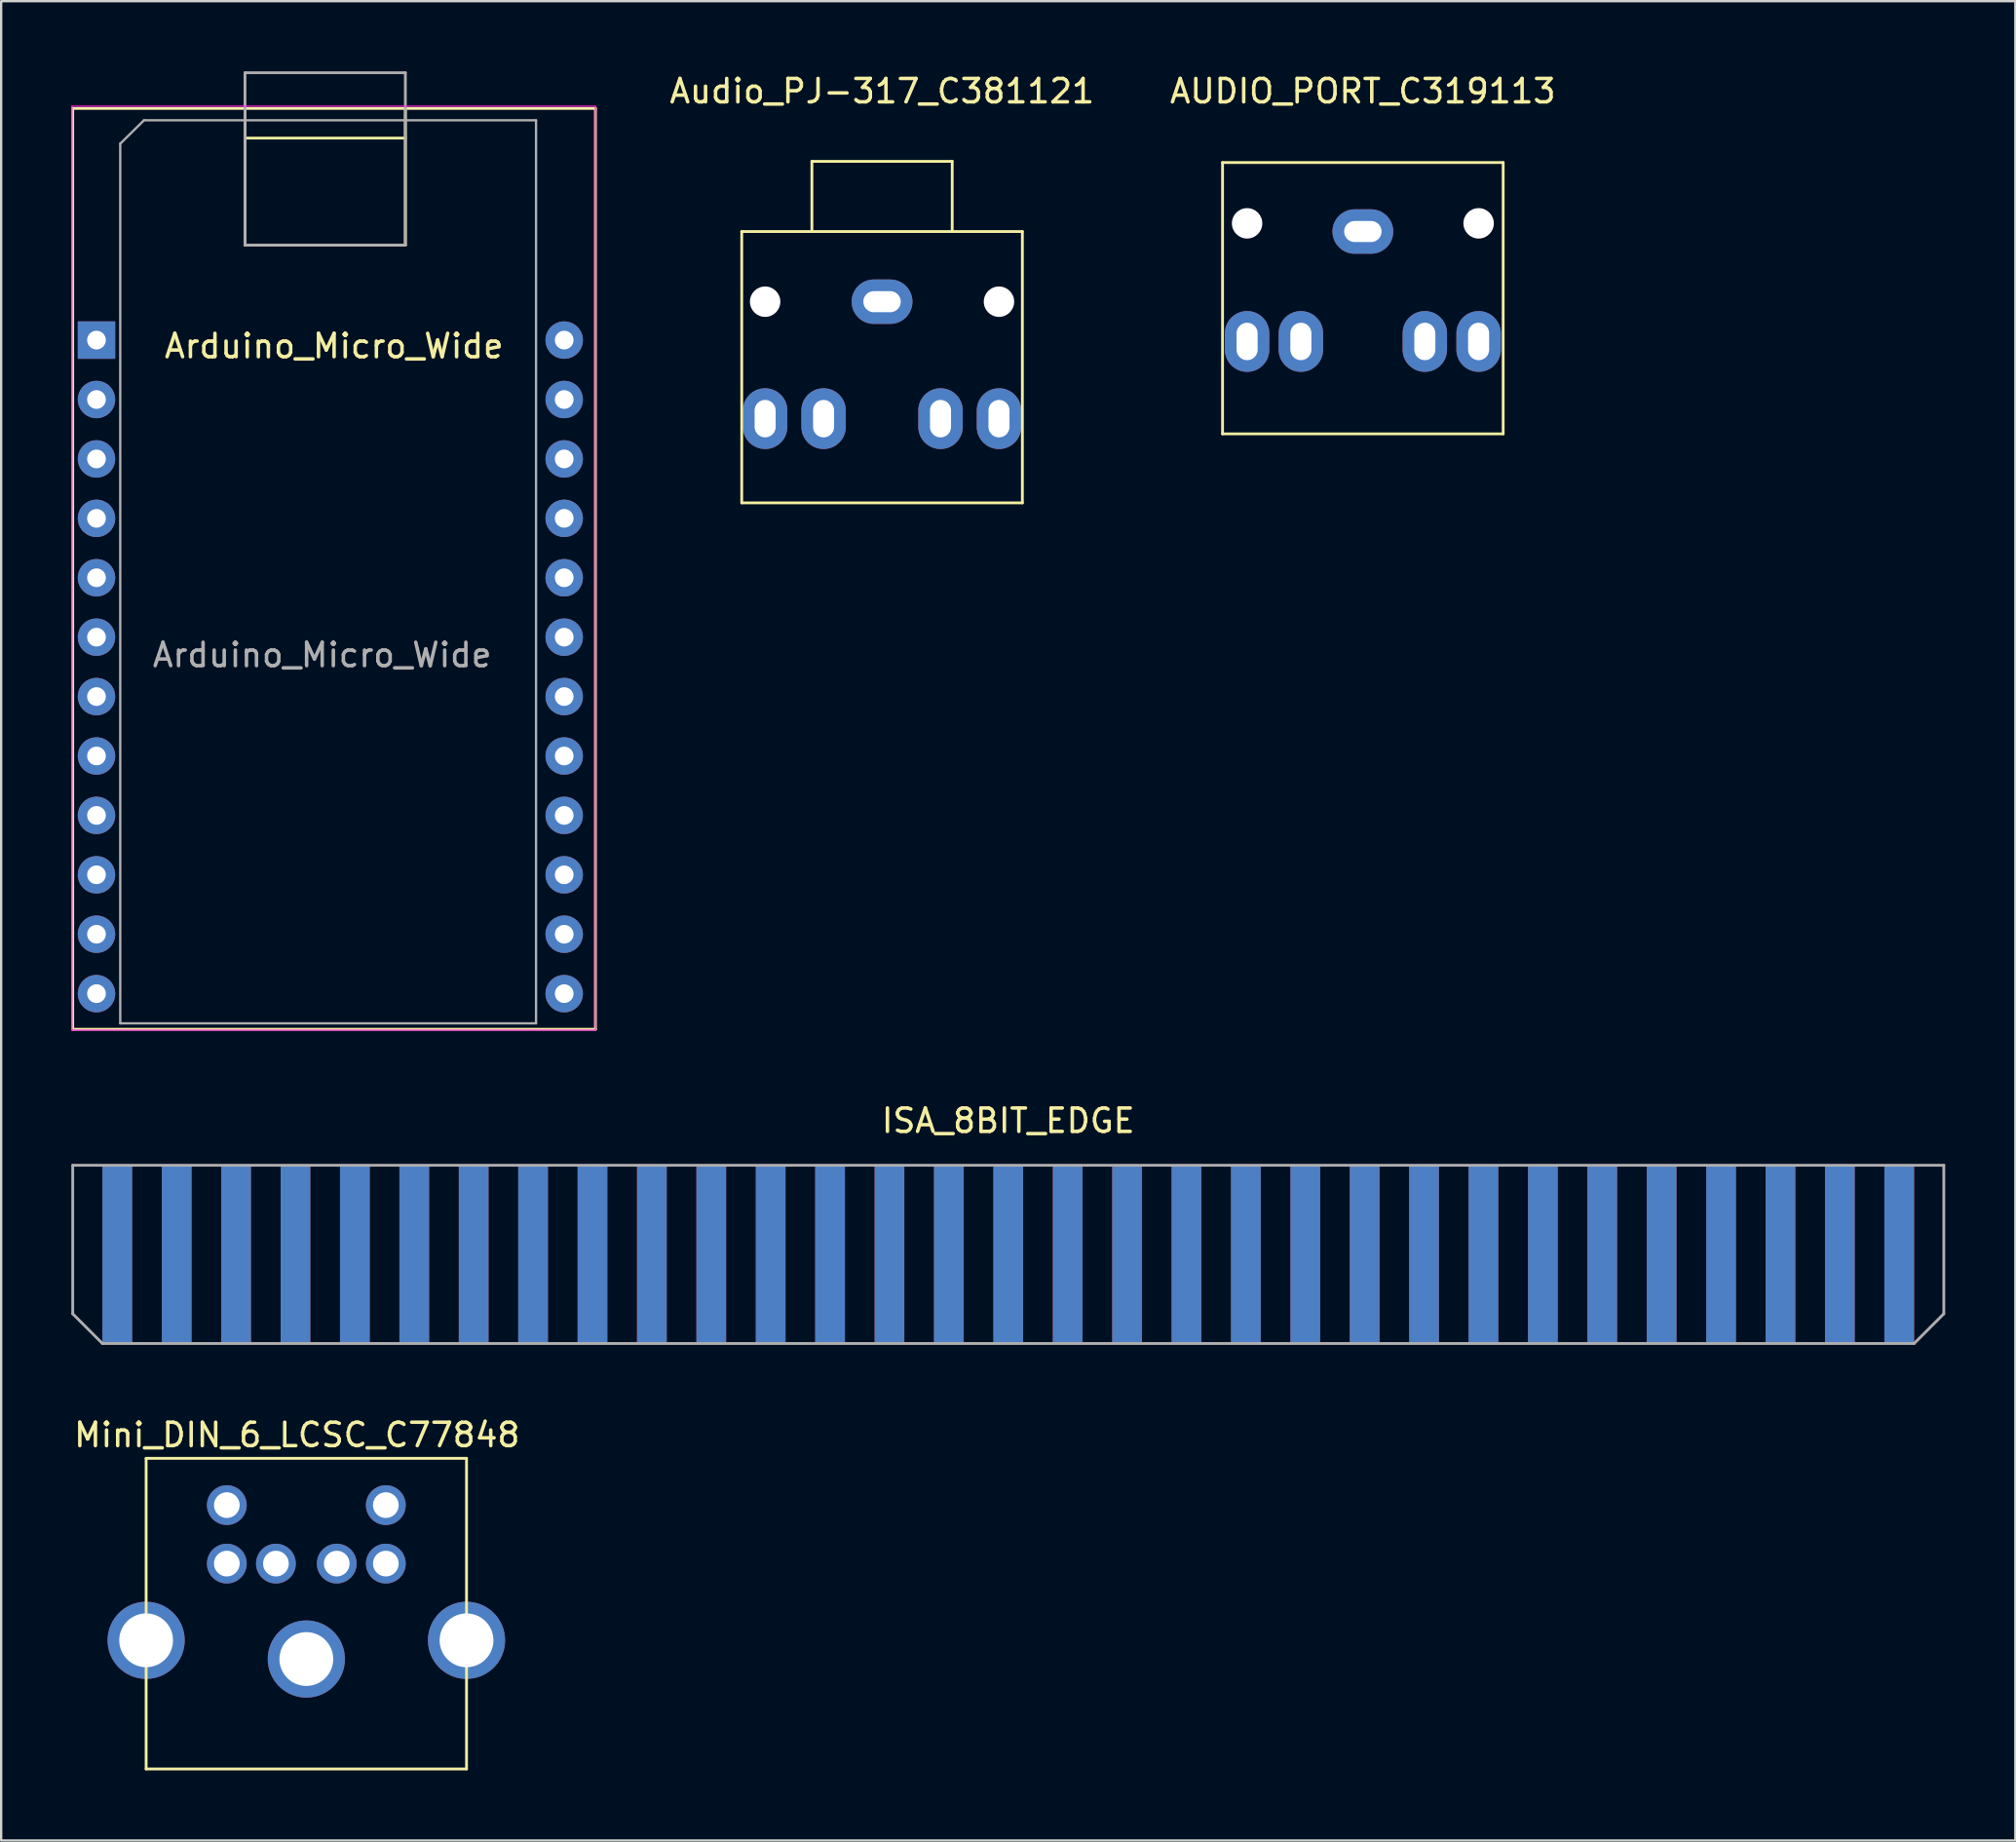
<source format=kicad_pcb>
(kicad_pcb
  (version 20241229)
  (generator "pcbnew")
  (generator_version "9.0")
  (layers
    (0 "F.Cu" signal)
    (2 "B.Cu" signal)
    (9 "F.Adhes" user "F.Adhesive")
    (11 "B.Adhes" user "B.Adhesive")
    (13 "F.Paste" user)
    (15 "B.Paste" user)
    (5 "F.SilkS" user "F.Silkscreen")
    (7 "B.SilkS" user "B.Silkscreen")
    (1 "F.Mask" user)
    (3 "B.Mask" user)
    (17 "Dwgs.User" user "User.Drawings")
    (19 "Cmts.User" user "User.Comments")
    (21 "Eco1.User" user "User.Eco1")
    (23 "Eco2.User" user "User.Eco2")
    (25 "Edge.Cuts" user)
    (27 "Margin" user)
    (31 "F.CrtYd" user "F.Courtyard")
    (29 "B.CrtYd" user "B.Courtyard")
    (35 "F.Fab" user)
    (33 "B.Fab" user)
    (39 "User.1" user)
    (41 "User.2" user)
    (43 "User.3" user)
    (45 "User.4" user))
  (footprint "Arduino_Micro_Wide"
    (layer "F.Cu")
    (at 1.076 11.49)
    (property "Reference" "Arduino_Micro_Wide" (at 10.16 0.254 0) (layer "F.SilkS") (effects (font (size 1 1) (thickness 0.15))))
    (attr through_hole)
    (fp_line (start -1.016 -9.906) (end -1.016 29.464) (stroke (width 0.12) (type solid)) (layer "F.SilkS"))
    (fp_line (start -1.016 29.464) (end 21.336 29.464) (stroke (width 0.12) (type solid)) (layer "F.SilkS"))
    (fp_line (start 6.35 -9.906) (end 6.35 -4.064) (stroke (width 0.12) (type solid)) (layer "F.SilkS"))
    (fp_line (start 6.35 -8.636) (end 13.208 -8.636) (stroke (width 0.12) (type solid)) (layer "F.SilkS"))
    (fp_line (start 6.35 -4.064) (end 13.208 -4.064) (stroke (width 0.12) (type solid)) (layer "F.SilkS"))
    (fp_line (start 13.208 -4.064) (end 13.208 -9.906) (stroke (width 0.12) (type solid)) (layer "F.SilkS"))
    (fp_line (start 21.336 -9.906) (end -1.016 -9.906) (stroke (width 0.12) (type solid)) (layer "F.SilkS"))
    (fp_line (start 21.336 29.464) (end 21.336 -9.906) (stroke (width 0.12) (type solid)) (layer "F.SilkS"))
    (fp_line (start -1.05 -10) (end -1.05 29.5) (stroke (width 0.05) (type solid)) (layer "F.CrtYd"))
    (fp_line (start -1.05 29.5) (end 21.336 29.5) (stroke (width 0.05) (type solid)) (layer "F.CrtYd"))
    (fp_line (start 21.336 -10) (end -1.05 -10) (stroke (width 0.05) (type solid)) (layer "F.CrtYd"))
    (fp_line (start 21.336 29.5) (end 21.336 -10) (stroke (width 0.05) (type solid)) (layer "F.CrtYd"))
    (fp_line (start 1.016 -8.398) (end 2.032 -9.398) (stroke (width 0.1) (type solid)) (layer "F.Fab"))
    (fp_line (start 1.016 29.21) (end 1.016 -8.398) (stroke (width 0.1) (type solid)) (layer "F.Fab"))
    (fp_line (start 2.032 -9.398) (end 18.796 -9.398) (stroke (width 0.1) (type solid)) (layer "F.Fab"))
    (fp_line (start 6.35 -11.43) (end 6.35 -4.064) (stroke (width 0.12) (type solid)) (layer "F.Fab"))
    (fp_line (start 6.35 -4.064) (end 13.208 -4.064) (stroke (width 0.12) (type solid)) (layer "F.Fab"))
    (fp_line (start 13.208 -11.43) (end 6.35 -11.43) (stroke (width 0.12) (type solid)) (layer "F.Fab"))
    (fp_line (start 13.208 -4.064) (end 13.208 -11.43) (stroke (width 0.12) (type solid)) (layer "F.Fab"))
    (fp_line (start 18.796 -9.398) (end 18.796 29.21) (stroke (width 0.1) (type solid)) (layer "F.Fab"))
    (fp_line (start 18.796 29.21) (end 1.016 29.21) (stroke (width 0.1) (type solid)) (layer "F.Fab"))
    (fp_text user "${REFERENCE}" (at 9.652 13.462 0) (layer "F.Fab") (effects (font (size 1 1) (thickness 0.15))))
    (pad "1" thru_hole rect (at 0 0) (size 1.6 1.6) (drill 0.8) (layers "*.Cu" "*.Mask"))
    (pad "2" thru_hole oval (at 0 2.54) (size 1.6 1.6) (drill 0.8) (layers "*.Cu" "*.Mask"))
    (pad "3" thru_hole oval (at 0 5.08) (size 1.6 1.6) (drill 0.8) (layers "*.Cu" "*.Mask"))
    (pad "4" thru_hole oval (at 0 7.62) (size 1.6 1.6) (drill 0.8) (layers "*.Cu" "*.Mask"))
    (pad "5" thru_hole oval (at 0 10.16) (size 1.6 1.6) (drill 0.8) (layers "*.Cu" "*.Mask"))
    (pad "6" thru_hole oval (at 0 12.7) (size 1.6 1.6) (drill 0.8) (layers "*.Cu" "*.Mask"))
    (pad "7" thru_hole oval (at 0 15.24) (size 1.6 1.6) (drill 0.8) (layers "*.Cu" "*.Mask"))
    (pad "8" thru_hole oval (at 0 17.78) (size 1.6 1.6) (drill 0.8) (layers "*.Cu" "*.Mask"))
    (pad "9" thru_hole oval (at 0 20.32) (size 1.6 1.6) (drill 0.8) (layers "*.Cu" "*.Mask"))
    (pad "10" thru_hole oval (at 0 22.86) (size 1.6 1.6) (drill 0.8) (layers "*.Cu" "*.Mask"))
    (pad "11" thru_hole oval (at 0 25.4) (size 1.6 1.6) (drill 0.8) (layers "*.Cu" "*.Mask"))
    (pad "12" thru_hole oval (at 0 27.94) (size 1.6 1.6) (drill 0.8) (layers "*.Cu" "*.Mask"))
    (pad "13" thru_hole oval (at 20 27.94) (size 1.6 1.6) (drill 0.8) (layers "*.Cu" "*.Mask"))
    (pad "14" thru_hole oval (at 20 25.4) (size 1.6 1.6) (drill 0.8) (layers "*.Cu" "*.Mask"))
    (pad "15" thru_hole oval (at 20 22.86) (size 1.6 1.6) (drill 0.8) (layers "*.Cu" "*.Mask"))
    (pad "16" thru_hole oval (at 20 20.32) (size 1.6 1.6) (drill 0.8) (layers "*.Cu" "*.Mask"))
    (pad "17" thru_hole oval (at 20 17.78) (size 1.6 1.6) (drill 0.8) (layers "*.Cu" "*.Mask"))
    (pad "18" thru_hole oval (at 20 15.24) (size 1.6 1.6) (drill 0.8) (layers "*.Cu" "*.Mask"))
    (pad "19" thru_hole oval (at 20 12.7) (size 1.6 1.6) (drill 0.8) (layers "*.Cu" "*.Mask"))
    (pad "20" thru_hole oval (at 20 10.16) (size 1.6 1.6) (drill 0.8) (layers "*.Cu" "*.Mask"))
    (pad "21" thru_hole oval (at 20 7.62) (size 1.6 1.6) (drill 0.8) (layers "*.Cu" "*.Mask"))
    (pad "22" thru_hole oval (at 20 5.08) (size 1.6 1.6) (drill 0.8) (layers "*.Cu" "*.Mask"))
    (pad "23" thru_hole oval (at 20 2.54) (size 1.6 1.6) (drill 0.8) (layers "*.Cu" "*.Mask"))
    (pad "24" thru_hole oval (at 20 0) (size 1.6 1.6) (drill 0.8) (layers "*.Cu" "*.Mask")))
  (footprint "Mini_DIN_6_LCSC_C77848"
    (layer "F.Cu")
    (at 6.649 61.297)
    (property "Reference" "Mini_DIN_6_LCSC_C77848" (at 3 -3 0) (layer "F.SilkS") (effects (font (size 1 1) (thickness 0.15))))
    (attr through_hole)
    (fp_line (start -3.45 -2) (end -3.45 11.28) (stroke (width 0.12) (type solid)) (layer "F.SilkS"))
    (fp_line (start -3.45 -2) (end 10.25 -2) (stroke (width 0.12) (type solid)) (layer "F.SilkS"))
    (fp_line (start 10.25 -2) (end 10.25 11.28) (stroke (width 0.12) (type solid)) (layer "F.SilkS"))
    (fp_line (start 10.25 11.28) (end -3.45 11.28) (stroke (width 0.12) (type solid)) (layer "F.SilkS"))
    (pad "1" thru_hole circle (at 4.7 2.5) (size 1.7 1.7) (drill 1.1) (layers "*.Cu" "*.Mask"))
    (pad "2" thru_hole circle (at 2.1 2.5) (size 1.7 1.7) (drill 1.1) (layers "*.Cu" "*.Mask"))
    (pad "3" thru_hole circle (at 6.8 2.5) (size 1.7 1.7) (drill 1.1) (layers "*.Cu" "*.Mask"))
    (pad "4" thru_hole circle (at 0 2.5) (size 1.7 1.7) (drill 1.1) (layers "*.Cu" "*.Mask"))
    (pad "5" thru_hole circle (at 6.8 0) (size 1.7 1.7) (drill 1.1) (layers "*.Cu" "*.Mask"))
    (pad "6" thru_hole circle (at 0 0) (size 1.7 1.7) (drill 1.1) (layers "*.Cu" "*.Mask"))
    (pad "7" thru_hole circle (at -3.45 5.78) (size 3.3 3.3) (drill 2.3) (layers "*.Cu" "*.Mask"))
    (pad "7" thru_hole circle (at 3.4 6.58) (size 3.3 3.3) (drill 2.3) (layers "*.Cu" "*.Mask"))
    (pad "7" thru_hole circle (at 10.25 5.78) (size 3.3 3.3) (drill 2.3) (layers "*.Cu" "*.Mask")))
  (footprint "ISA_8BIT_EDGE"
    (layer "F.Cu")
    (at 78.165 46.768)
    (property "Reference" "ISA_8BIT_EDGE" (at -38.1 -1.905 0) (layer "F.SilkS") (effects (font (size 1 1) (thickness 0.15))))
    (attr through_hole)
    (fp_line (start -78.105 0) (end -78.105 6.35) (stroke (width 0.12) (type solid)) (layer "F.Fab"))
    (fp_line (start -78.105 6.35) (end -76.835 7.62) (stroke (width 0.12) (type solid)) (layer "F.Fab"))
    (fp_line (start -76.835 7.62) (end 0.635 7.62) (stroke (width 0.12) (type solid)) (layer "F.Fab"))
    (fp_line (start 0.635 7.62) (end 1.905 6.35) (stroke (width 0.12) (type solid)) (layer "F.Fab"))
    (fp_line (start 1.905 0) (end -78.105 0) (stroke (width 0.12) (type solid)) (layer "F.Fab"))
    (fp_line (start 1.905 6.35) (end 1.905 0) (stroke (width 0.12) (type solid)) (layer "F.Fab"))
    (pad "1" connect rect (at 0 3.81) (size 1.27 7.62) (layers "B.Cu" "B.Mask"))
    (pad "2" connect rect (at -2.54 3.81) (size 1.27 7.62) (layers "B.Cu" "B.Mask"))
    (pad "3" connect rect (at -5.08 3.81) (size 1.27 7.62) (layers "B.Cu" "B.Mask"))
    (pad "4" connect rect (at -7.62 3.81) (size 1.27 7.62) (layers "B.Cu" "B.Mask"))
    (pad "5" connect rect (at -10.16 3.81) (size 1.27 7.62) (layers "B.Cu" "B.Mask"))
    (pad "6" connect rect (at -12.7 3.81) (size 1.27 7.62) (layers "B.Cu" "B.Mask"))
    (pad "7" connect rect (at -15.24 3.81) (size 1.27 7.62) (layers "B.Cu" "B.Mask"))
    (pad "8" connect rect (at -17.78 3.81) (size 1.27 7.62) (layers "B.Cu" "B.Mask"))
    (pad "9" connect rect (at -20.32 3.81) (size 1.27 7.62) (layers "B.Cu" "B.Mask"))
    (pad "10" connect rect (at -22.86 3.81) (size 1.27 7.62) (layers "B.Cu" "B.Mask"))
    (pad "11" connect rect (at -25.4 3.81) (size 1.27 7.62) (layers "B.Cu" "B.Mask"))
    (pad "12" connect rect (at -27.94 3.81) (size 1.27 7.62) (layers "B.Cu" "B.Mask"))
    (pad "13" connect rect (at -30.48 3.81) (size 1.27 7.62) (layers "B.Cu" "B.Mask"))
    (pad "14" connect rect (at -33.02 3.81) (size 1.27 7.62) (layers "B.Cu" "B.Mask"))
    (pad "15" connect rect (at -35.56 3.81) (size 1.27 7.62) (layers "B.Cu" "B.Mask"))
    (pad "16" connect rect (at -38.1 3.81) (size 1.27 7.62) (layers "B.Cu" "B.Mask"))
    (pad "17" connect rect (at -40.64 3.81) (size 1.27 7.62) (layers "B.Cu" "B.Mask"))
    (pad "18" connect rect (at -43.18 3.81) (size 1.27 7.62) (layers "B.Cu" "B.Mask"))
    (pad "19" connect rect (at -45.72 3.81) (size 1.27 7.62) (layers "B.Cu" "B.Mask"))
    (pad "20" connect rect (at -48.26 3.81) (size 1.27 7.62) (layers "B.Cu" "B.Mask"))
    (pad "21" connect rect (at -50.8 3.81) (size 1.27 7.62) (layers "B.Cu" "B.Mask"))
    (pad "22" connect rect (at -53.34 3.81) (size 1.27 7.62) (layers "B.Cu" "B.Mask"))
    (pad "23" connect rect (at -55.88 3.81) (size 1.27 7.62) (layers "B.Cu" "B.Mask"))
    (pad "24" connect rect (at -58.42 3.81) (size 1.27 7.62) (layers "B.Cu" "B.Mask"))
    (pad "25" connect rect (at -60.96 3.81) (size 1.27 7.62) (layers "B.Cu" "B.Mask"))
    (pad "26" connect rect (at -63.5 3.81) (size 1.27 7.62) (layers "B.Cu" "B.Mask"))
    (pad "27" connect rect (at -66.04 3.81) (size 1.27 7.62) (layers "B.Cu" "B.Mask"))
    (pad "28" connect rect (at -68.58 3.81) (size 1.27 7.62) (layers "B.Cu" "B.Mask"))
    (pad "29" connect rect (at -71.12 3.81) (size 1.27 7.62) (layers "B.Cu" "B.Mask"))
    (pad "30" connect rect (at -73.66 3.81) (size 1.27 7.62) (layers "B.Cu" "B.Mask"))
    (pad "31" connect rect (at -76.2 3.81) (size 1.27 7.62) (layers "B.Cu" "B.Mask"))
    (pad "32" connect rect (at 0 3.81) (size 1.27 7.62) (layers "F.Cu" "F.Mask"))
    (pad "33" connect rect (at -2.54 3.81) (size 1.27 7.62) (layers "F.Cu" "F.Mask"))
    (pad "34" connect rect (at -5.08 3.81) (size 1.27 7.62) (layers "F.Cu" "F.Mask"))
    (pad "35" connect rect (at -7.62 3.81) (size 1.27 7.62) (layers "F.Cu" "F.Mask"))
    (pad "36" connect rect (at -10.16 3.81) (size 1.27 7.62) (layers "F.Cu" "F.Mask"))
    (pad "37" connect rect (at -12.7 3.81) (size 1.27 7.62) (layers "F.Cu" "F.Mask"))
    (pad "38" connect rect (at -15.24 3.81) (size 1.27 7.62) (layers "F.Cu" "F.Mask"))
    (pad "39" connect rect (at -17.78 3.81) (size 1.27 7.62) (layers "F.Cu" "F.Mask"))
    (pad "40" connect rect (at -20.32 3.81) (size 1.27 7.62) (layers "F.Cu" "F.Mask"))
    (pad "41" connect rect (at -22.86 3.81) (size 1.27 7.62) (layers "F.Cu" "F.Mask"))
    (pad "42" connect rect (at -25.4 3.81) (size 1.27 7.62) (layers "F.Cu" "F.Mask"))
    (pad "43" connect rect (at -27.94 3.81) (size 1.27 7.62) (layers "F.Cu" "F.Mask"))
    (pad "44" connect rect (at -30.48 3.81) (size 1.27 7.62) (layers "F.Cu" "F.Mask"))
    (pad "45" connect rect (at -33.02 3.81) (size 1.27 7.62) (layers "F.Cu" "F.Mask"))
    (pad "46" connect rect (at -35.56 3.81) (size 1.27 7.62) (layers "F.Cu" "F.Mask"))
    (pad "47" connect rect (at -38.1 3.81) (size 1.27 7.62) (layers "F.Cu" "F.Mask"))
    (pad "48" connect rect (at -40.64 3.81) (size 1.27 7.62) (layers "F.Cu" "F.Mask"))
    (pad "49" connect rect (at -43.18 3.81) (size 1.27 7.62) (layers "F.Cu" "F.Mask"))
    (pad "50" connect rect (at -45.72 3.81) (size 1.27 7.62) (layers "F.Cu" "F.Mask"))
    (pad "51" connect rect (at -48.26 3.81) (size 1.27 7.62) (layers "F.Cu" "F.Mask"))
    (pad "52" connect rect (at -50.8 3.81) (size 1.27 7.62) (layers "F.Cu" "F.Mask"))
    (pad "53" connect rect (at -53.34 3.81) (size 1.27 7.62) (layers "F.Cu" "F.Mask"))
    (pad "54" connect rect (at -55.88 3.81) (size 1.27 7.62) (layers "F.Cu" "F.Mask"))
    (pad "55" connect rect (at -58.42 3.81) (size 1.27 7.62) (layers "F.Cu" "F.Mask"))
    (pad "56" connect rect (at -60.96 3.81) (size 1.27 7.62) (layers "F.Cu" "F.Mask"))
    (pad "57" connect rect (at -63.5 3.81) (size 1.27 7.62) (layers "F.Cu" "F.Mask"))
    (pad "58" connect rect (at -66.04 3.81) (size 1.27 7.62) (layers "F.Cu" "F.Mask"))
    (pad "59" connect rect (at -68.58 3.81) (size 1.27 7.62) (layers "F.Cu" "F.Mask"))
    (pad "60" connect rect (at -71.12 3.81) (size 1.27 7.62) (layers "F.Cu" "F.Mask"))
    (pad "61" connect rect (at -73.66 3.81) (size 1.27 7.62) (layers "F.Cu" "F.Mask"))
    (pad "62" connect rect (at -76.2 3.81) (size 1.27 7.62) (layers "F.Cu" "F.Mask")))
  (footprint "Audio_PJ-317_C381121"
    (layer "F.Cu")
    (at 34.668 6.848)
    (property "Reference" "Audio_PJ-317_C381121" (at 0 -6 0) (layer "F.SilkS") (effects (font (size 1 1) (thickness 0.15))))
    (attr through_hole)
    (fp_line (start -6 0) (end -6 11.6) (stroke (width 0.12) (type solid)) (layer "F.SilkS"))
    (fp_line (start -6 0) (end 6 0) (stroke (width 0.12) (type solid)) (layer "F.SilkS"))
    (fp_line (start -6 11.6) (end 6 11.6) (stroke (width 0.12) (type solid)) (layer "F.SilkS"))
    (fp_line (start -3 -3) (end 3 -3) (stroke (width 0.12) (type solid)) (layer "F.SilkS"))
    (fp_line (start -3 0) (end -3 -3) (stroke (width 0.12) (type solid)) (layer "F.SilkS"))
    (fp_line (start 3 -3) (end 3 0) (stroke (width 0.12) (type solid)) (layer "F.SilkS"))
    (fp_line (start 6 0) (end 6 11.6) (stroke (width 0.12) (type solid)) (layer "F.SilkS"))
    (pad "" np_thru_hole circle (at -5 3) (size 1.3 1.3) (drill 1.3) (layers "*.Cu"))
    (pad "" np_thru_hole circle (at 5 3) (size 1.3 1.3) (drill 1.3) (layers "*.Cu"))
    (pad "R" thru_hole oval (at -5 8 90) (size 2.6 1.9) (drill oval 1.6 0.9) (layers "*.Cu" "*.Mask"))
    (pad "RN" thru_hole oval (at -2.5 8 90) (size 2.6 1.9) (drill oval 1.6 0.9) (layers "*.Cu" "*.Mask"))
    (pad "S" thru_hole oval (at 0 3) (size 2.6 1.9) (drill oval 1.6 0.9) (layers "*.Cu" "*.Mask"))
    (pad "T" thru_hole oval (at 5 8 90) (size 2.6 1.9) (drill oval 1.6 0.9) (layers "*.Cu" "*.Mask"))
    (pad "TN" thru_hole oval (at 2.5 8 90) (size 2.6 1.9) (drill oval 1.6 0.9) (layers "*.Cu" "*.Mask")))
  (footprint "AUDIO_PORT_C319113"
    (layer "F.Cu")
    (at 55.228 6.848)
    (property "Reference" "AUDIO_PORT_C319113" (at 0 -6 0) (layer "F.SilkS") (effects (font (size 1 1) (thickness 0.15))))
    (attr through_hole)
    (fp_line (start -6 -2.95) (end -6 8.65) (stroke (width 0.12) (type solid)) (layer "F.SilkS"))
    (fp_line (start -6 -2.95) (end 6 -2.95) (stroke (width 0.12) (type solid)) (layer "F.SilkS"))
    (fp_line (start -6 8.65) (end 6 8.65) (stroke (width 0.12) (type solid)) (layer "F.SilkS"))
    (fp_line (start 6 8.65) (end 6 -2.95) (stroke (width 0.12) (type solid)) (layer "F.SilkS"))
    (pad "" np_thru_hole circle (at -4.95 -0.35) (size 1.3 1.3) (drill 1.3) (layers "*.Cu"))
    (pad "" np_thru_hole circle (at 4.95 -0.35) (size 1.3 1.3) (drill 1.3) (layers "*.Cu"))
    (pad "R" thru_hole oval (at 2.65 4.7 90) (size 2.6 1.9) (drill oval 1.6 0.9) (layers "*.Cu" "*.Mask"))
    (pad "RN" thru_hole oval (at -4.95 4.7 90) (size 2.6 1.9) (drill oval 1.6 0.9) (layers "*.Cu" "*.Mask"))
    (pad "S" thru_hole oval (at 0 0) (size 2.6 1.9) (drill oval 1.6 0.9) (layers "*.Cu" "*.Mask"))
    (pad "T" thru_hole oval (at 4.95 4.7 90) (size 2.6 1.9) (drill oval 1.6 0.9) (layers "*.Cu" "*.Mask"))
    (pad "TN" thru_hole oval (at -2.65 4.7 90) (size 2.6 1.9) (drill oval 1.6 0.9) (layers "*.Cu" "*.Mask")))
  (gr_rect
    (start -3 -3)
    (end 83.13 75.636)
    (stroke (width 0.1) (type default))
    (fill no)
    (layer "Edge.Cuts")))
</source>
